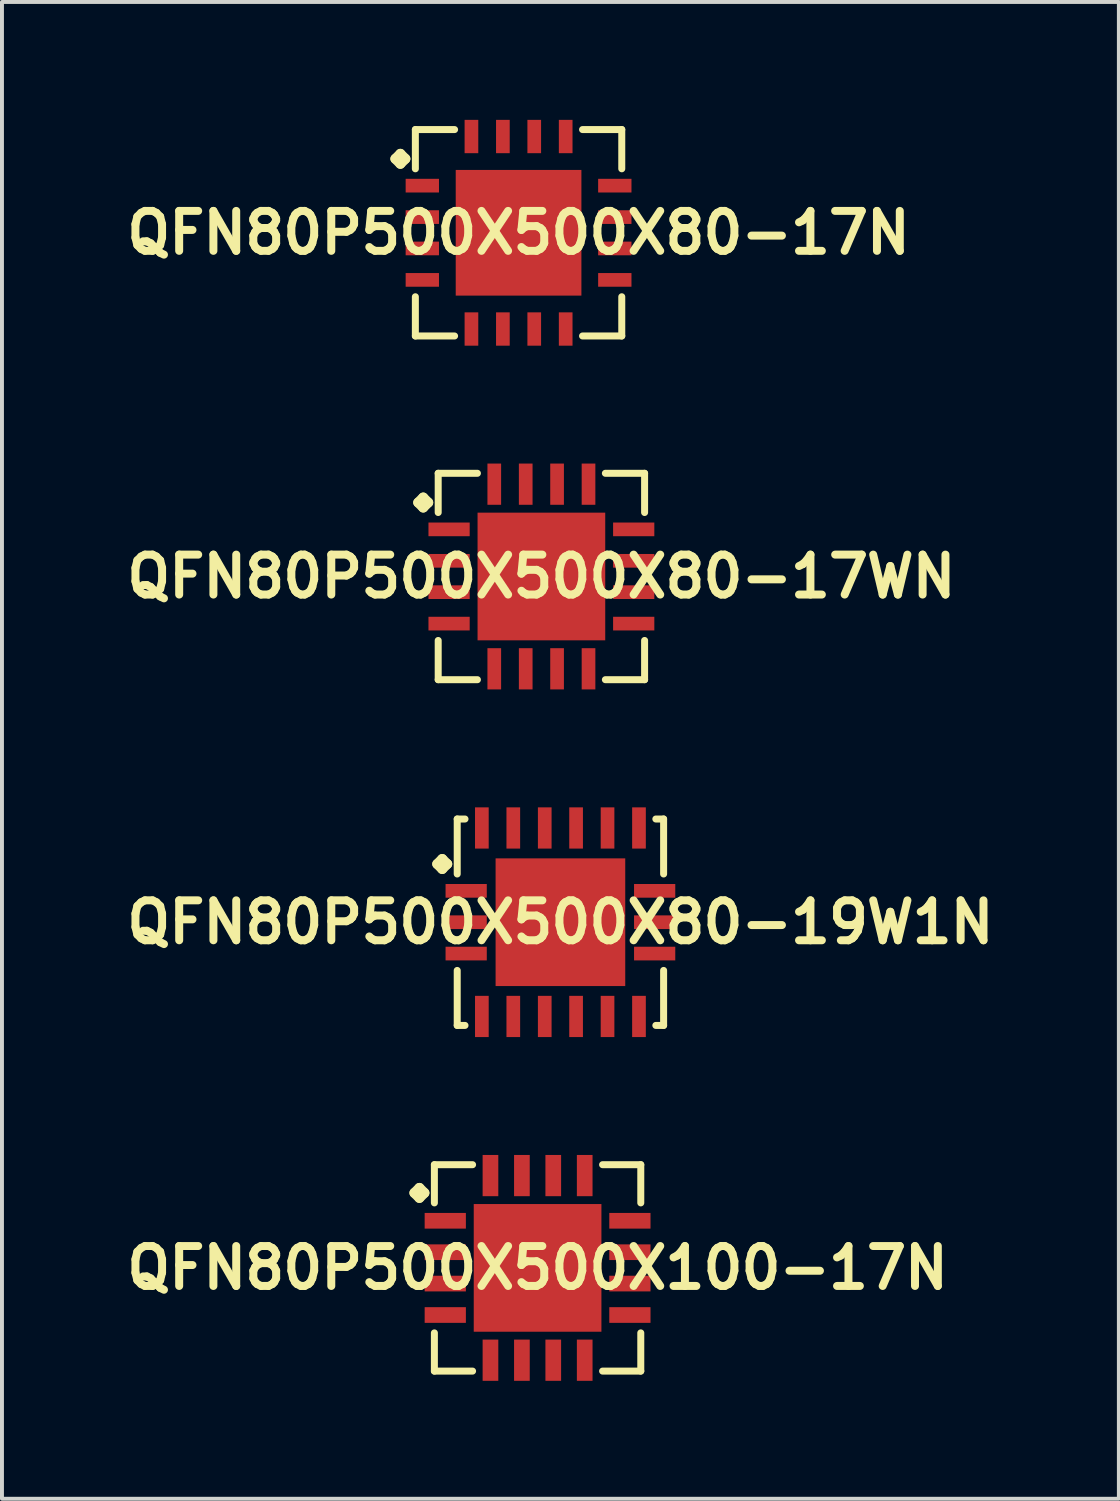
<source format=kicad_pcb>
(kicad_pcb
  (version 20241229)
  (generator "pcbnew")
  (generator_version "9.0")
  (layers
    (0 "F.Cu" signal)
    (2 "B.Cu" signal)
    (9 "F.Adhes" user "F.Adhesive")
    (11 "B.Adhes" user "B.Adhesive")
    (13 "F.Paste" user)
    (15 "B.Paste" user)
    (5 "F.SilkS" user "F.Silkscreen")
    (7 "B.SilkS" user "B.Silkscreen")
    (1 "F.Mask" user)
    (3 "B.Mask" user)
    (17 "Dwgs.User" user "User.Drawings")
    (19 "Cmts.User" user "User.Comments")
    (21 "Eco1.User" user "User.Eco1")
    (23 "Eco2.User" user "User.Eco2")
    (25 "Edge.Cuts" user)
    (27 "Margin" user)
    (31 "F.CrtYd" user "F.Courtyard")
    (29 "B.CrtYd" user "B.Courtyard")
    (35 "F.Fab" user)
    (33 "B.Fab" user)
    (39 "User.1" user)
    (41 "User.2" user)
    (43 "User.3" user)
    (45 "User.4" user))
  (footprint "QFN80P500X500X80-17N"
    (layer "F.Cu")
    (at 10.145 2.873)
    (property "Reference" "QFN80P500X500X80-17N" (at 0 0 0) (layer "F.SilkS") (effects (font (size 1.016 1.016) (thickness 0.203))))
    (attr smd)
    (fp_line (start -3.134 -1.882) (end -3.007 -2.009) (stroke (width 0.254) (type solid)) (layer "F.SilkS"))
    (fp_line (start -3.007 -2.009) (end -2.88 -1.882) (stroke (width 0.254) (type solid)) (layer "F.SilkS"))
    (fp_line (start -3.007 -1.755) (end -3.134 -1.882) (stroke (width 0.254) (type solid)) (layer "F.SilkS"))
    (fp_line (start -2.88 -1.882) (end -3.007 -1.755) (stroke (width 0.254) (type solid)) (layer "F.SilkS"))
    (fp_line (start -2.626 -2.626) (end -1.628 -2.626) (stroke (width 0.178) (type solid)) (layer "F.SilkS"))
    (fp_line (start -2.626 -1.628) (end -2.626 -2.626) (stroke (width 0.178) (type solid)) (layer "F.SilkS"))
    (fp_line (start -2.626 1.628) (end -2.626 2.626) (stroke (width 0.178) (type solid)) (layer "F.SilkS"))
    (fp_line (start -2.626 2.626) (end -1.628 2.626) (stroke (width 0.178) (type solid)) (layer "F.SilkS"))
    (fp_line (start 1.628 -2.626) (end 2.626 -2.626) (stroke (width 0.178) (type solid)) (layer "F.SilkS"))
    (fp_line (start 1.628 2.626) (end 2.626 2.626) (stroke (width 0.178) (type solid)) (layer "F.SilkS"))
    (fp_line (start 2.626 -2.626) (end 2.626 -1.628) (stroke (width 0.178) (type solid)) (layer "F.SilkS"))
    (fp_line (start 2.626 2.626) (end 2.626 1.628) (stroke (width 0.178) (type solid)) (layer "F.SilkS"))
    (pad "1" smd rect (at -2.449 -1.199) (size 0.848 0.348) (layers "F.Cu" "F.Mask" "F.Paste"))
    (pad "2" smd rect (at -2.449 -0.399) (size 0.848 0.348) (layers "F.Cu" "F.Mask" "F.Paste"))
    (pad "3" smd rect (at -2.449 0.399) (size 0.848 0.348) (layers "F.Cu" "F.Mask" "F.Paste"))
    (pad "4" smd rect (at -2.449 1.199) (size 0.848 0.348) (layers "F.Cu" "F.Mask" "F.Paste"))
    (pad "5" smd rect (at -1.199 2.449) (size 0.348 0.848) (layers "F.Cu" "F.Mask" "F.Paste"))
    (pad "6" smd rect (at -0.399 2.449) (size 0.348 0.848) (layers "F.Cu" "F.Mask" "F.Paste"))
    (pad "7" smd rect (at 0.399 2.449) (size 0.348 0.848) (layers "F.Cu" "F.Mask" "F.Paste"))
    (pad "8" smd rect (at 1.199 2.449) (size 0.348 0.848) (layers "F.Cu" "F.Mask" "F.Paste"))
    (pad "9" smd rect (at 2.449 1.199) (size 0.848 0.348) (layers "F.Cu" "F.Mask" "F.Paste"))
    (pad "10" smd rect (at 2.449 0.399) (size 0.848 0.348) (layers "F.Cu" "F.Mask" "F.Paste"))
    (pad "11" smd rect (at 2.449 -0.399) (size 0.848 0.348) (layers "F.Cu" "F.Mask" "F.Paste"))
    (pad "12" smd rect (at 2.449 -1.199) (size 0.848 0.348) (layers "F.Cu" "F.Mask" "F.Paste"))
    (pad "13" smd rect (at 1.199 -2.449) (size 0.348 0.848) (layers "F.Cu" "F.Mask" "F.Paste"))
    (pad "14" smd rect (at 0.399 -2.449) (size 0.348 0.848) (layers "F.Cu" "F.Mask" "F.Paste"))
    (pad "15" smd rect (at -0.399 -2.449) (size 0.348 0.848) (layers "F.Cu" "F.Mask" "F.Paste"))
    (pad "16" smd rect (at -1.199 -2.449) (size 0.348 0.848) (layers "F.Cu" "F.Mask" "F.Paste"))
    (pad "17" smd rect (at 0 0) (size 3.198 3.198) (layers "F.Cu" "F.Mask" "F.Paste")))
  (footprint "QFN80P500X500X80-17WN"
    (layer "F.Cu")
    (at 10.726 11.619)
    (property "Reference" "QFN80P500X500X80-17WN" (at 0 0 0) (layer "F.SilkS") (effects (font (size 1.016 1.016) (thickness 0.203))))
    (attr smd)
    (fp_line (start -3.134 -1.882) (end -3.007 -2.009) (stroke (width 0.254) (type solid)) (layer "F.SilkS"))
    (fp_line (start -3.007 -2.009) (end -2.88 -1.882) (stroke (width 0.254) (type solid)) (layer "F.SilkS"))
    (fp_line (start -3.007 -1.755) (end -3.134 -1.882) (stroke (width 0.254) (type solid)) (layer "F.SilkS"))
    (fp_line (start -2.88 -1.882) (end -3.007 -1.755) (stroke (width 0.254) (type solid)) (layer "F.SilkS"))
    (fp_line (start -2.626 -2.626) (end -1.628 -2.626) (stroke (width 0.178) (type solid)) (layer "F.SilkS"))
    (fp_line (start -2.626 -1.628) (end -2.626 -2.626) (stroke (width 0.178) (type solid)) (layer "F.SilkS"))
    (fp_line (start -2.626 1.628) (end -2.626 2.626) (stroke (width 0.178) (type solid)) (layer "F.SilkS"))
    (fp_line (start -2.626 2.626) (end -1.628 2.626) (stroke (width 0.178) (type solid)) (layer "F.SilkS"))
    (fp_line (start 1.628 -2.626) (end 2.626 -2.626) (stroke (width 0.178) (type solid)) (layer "F.SilkS"))
    (fp_line (start 1.628 2.626) (end 2.626 2.626) (stroke (width 0.178) (type solid)) (layer "F.SilkS"))
    (fp_line (start 2.626 -2.626) (end 2.626 -1.628) (stroke (width 0.178) (type solid)) (layer "F.SilkS"))
    (fp_line (start 2.626 2.626) (end 2.626 1.628) (stroke (width 0.178) (type solid)) (layer "F.SilkS"))
    (pad "1" smd rect (at -2.349 -1.199) (size 1.049 0.348) (layers "F.Cu" "F.Mask" "F.Paste"))
    (pad "2" smd rect (at -2.349 -0.399) (size 1.049 0.348) (layers "F.Cu" "F.Mask" "F.Paste"))
    (pad "3" smd rect (at -2.349 0.399) (size 1.049 0.348) (layers "F.Cu" "F.Mask" "F.Paste"))
    (pad "4" smd rect (at -2.349 1.199) (size 1.049 0.348) (layers "F.Cu" "F.Mask" "F.Paste"))
    (pad "5" smd rect (at -1.199 2.349) (size 0.348 1.049) (layers "F.Cu" "F.Mask" "F.Paste"))
    (pad "6" smd rect (at -0.399 2.349) (size 0.348 1.049) (layers "F.Cu" "F.Mask" "F.Paste"))
    (pad "7" smd rect (at 0.399 2.349) (size 0.348 1.049) (layers "F.Cu" "F.Mask" "F.Paste"))
    (pad "8" smd rect (at 1.199 2.349) (size 0.348 1.049) (layers "F.Cu" "F.Mask" "F.Paste"))
    (pad "9" smd rect (at 2.349 1.199) (size 1.049 0.348) (layers "F.Cu" "F.Mask" "F.Paste"))
    (pad "10" smd rect (at 2.349 0.399) (size 1.049 0.348) (layers "F.Cu" "F.Mask" "F.Paste"))
    (pad "11" smd rect (at 2.349 -0.399) (size 1.049 0.348) (layers "F.Cu" "F.Mask" "F.Paste"))
    (pad "12" smd rect (at 2.349 -1.199) (size 1.049 0.348) (layers "F.Cu" "F.Mask" "F.Paste"))
    (pad "13" smd rect (at 1.199 -2.349) (size 0.348 1.049) (layers "F.Cu" "F.Mask" "F.Paste"))
    (pad "14" smd rect (at 0.399 -2.349) (size 0.348 1.049) (layers "F.Cu" "F.Mask" "F.Paste"))
    (pad "15" smd rect (at -0.399 -2.349) (size 0.348 1.049) (layers "F.Cu" "F.Mask" "F.Paste"))
    (pad "16" smd rect (at -1.199 -2.349) (size 0.348 1.049) (layers "F.Cu" "F.Mask" "F.Paste"))
    (pad "17" smd rect (at 0 0) (size 3.249 3.249) (layers "F.Cu" "F.Mask" "F.Paste")))
  (footprint "QFN80P500X500X100-17N"
    (layer "F.Cu")
    (at 10.629 29.212)
    (property "Reference" "QFN80P500X500X100-17N" (at 0 0 0) (layer "F.SilkS") (effects (font (size 1.016 1.016) (thickness 0.203))))
    (attr smd)
    (fp_line (start -3.134 -1.908) (end -3.007 -2.035) (stroke (width 0.254) (type solid)) (layer "F.SilkS"))
    (fp_line (start -3.007 -2.035) (end -2.88 -1.908) (stroke (width 0.254) (type solid)) (layer "F.SilkS"))
    (fp_line (start -3.007 -1.781) (end -3.134 -1.908) (stroke (width 0.254) (type solid)) (layer "F.SilkS"))
    (fp_line (start -2.88 -1.908) (end -3.007 -1.781) (stroke (width 0.254) (type solid)) (layer "F.SilkS"))
    (fp_line (start -2.626 -2.626) (end -1.654 -2.626) (stroke (width 0.178) (type solid)) (layer "F.SilkS"))
    (fp_line (start -2.626 -1.654) (end -2.626 -2.626) (stroke (width 0.178) (type solid)) (layer "F.SilkS"))
    (fp_line (start -2.626 1.654) (end -2.626 2.626) (stroke (width 0.178) (type solid)) (layer "F.SilkS"))
    (fp_line (start -2.626 2.626) (end -1.654 2.626) (stroke (width 0.178) (type solid)) (layer "F.SilkS"))
    (fp_line (start 1.654 -2.626) (end 2.626 -2.626) (stroke (width 0.178) (type solid)) (layer "F.SilkS"))
    (fp_line (start 1.654 2.626) (end 2.626 2.626) (stroke (width 0.178) (type solid)) (layer "F.SilkS"))
    (fp_line (start 2.626 -2.626) (end 2.626 -1.654) (stroke (width 0.178) (type solid)) (layer "F.SilkS"))
    (fp_line (start 2.626 2.626) (end 2.626 1.654) (stroke (width 0.178) (type solid)) (layer "F.SilkS"))
    (pad "1" smd rect (at -2.349 -1.199) (size 1.049 0.399) (layers "F.Cu" "F.Mask" "F.Paste"))
    (pad "2" smd rect (at -2.349 -0.399) (size 1.049 0.399) (layers "F.Cu" "F.Mask" "F.Paste"))
    (pad "3" smd rect (at -2.349 0.399) (size 1.049 0.399) (layers "F.Cu" "F.Mask" "F.Paste"))
    (pad "4" smd rect (at -2.349 1.199) (size 1.049 0.399) (layers "F.Cu" "F.Mask" "F.Paste"))
    (pad "5" smd rect (at -1.199 2.349) (size 0.399 1.049) (layers "F.Cu" "F.Mask" "F.Paste"))
    (pad "6" smd rect (at -0.399 2.349) (size 0.399 1.049) (layers "F.Cu" "F.Mask" "F.Paste"))
    (pad "7" smd rect (at 0.399 2.349) (size 0.399 1.049) (layers "F.Cu" "F.Mask" "F.Paste"))
    (pad "8" smd rect (at 1.199 2.349) (size 0.399 1.049) (layers "F.Cu" "F.Mask" "F.Paste"))
    (pad "9" smd rect (at 2.349 1.199) (size 1.049 0.399) (layers "F.Cu" "F.Mask" "F.Paste"))
    (pad "10" smd rect (at 2.349 0.399) (size 1.049 0.399) (layers "F.Cu" "F.Mask" "F.Paste"))
    (pad "11" smd rect (at 2.349 -0.399) (size 1.049 0.399) (layers "F.Cu" "F.Mask" "F.Paste"))
    (pad "12" smd rect (at 2.349 -1.199) (size 1.049 0.399) (layers "F.Cu" "F.Mask" "F.Paste"))
    (pad "13" smd rect (at 1.199 -2.349) (size 0.399 1.049) (layers "F.Cu" "F.Mask" "F.Paste"))
    (pad "14" smd rect (at 0.399 -2.349) (size 0.399 1.049) (layers "F.Cu" "F.Mask" "F.Paste"))
    (pad "15" smd rect (at -0.399 -2.349) (size 0.399 1.049) (layers "F.Cu" "F.Mask" "F.Paste"))
    (pad "16" smd rect (at -1.199 -2.349) (size 0.399 1.049) (layers "F.Cu" "F.Mask" "F.Paste"))
    (pad "17" smd rect (at 0 0) (size 3.249 3.249) (layers "F.Cu" "F.Mask" "F.Paste")))
  (footprint "QFN80P500X500X80-19W1N"
    (layer "F.Cu")
    (at 11.21 20.416)
    (property "Reference" "QFN80P500X500X80-19W1N" (at 0 0 0) (layer "F.SilkS") (effects (font (size 1.016 1.016) (thickness 0.203))))
    (attr smd)
    (fp_line (start -3.134 -1.481) (end -3.007 -1.608) (stroke (width 0.254) (type solid)) (layer "F.SilkS"))
    (fp_line (start -3.007 -1.608) (end -2.88 -1.481) (stroke (width 0.254) (type solid)) (layer "F.SilkS"))
    (fp_line (start -3.007 -1.354) (end -3.134 -1.481) (stroke (width 0.254) (type solid)) (layer "F.SilkS"))
    (fp_line (start -2.88 -1.481) (end -3.007 -1.354) (stroke (width 0.254) (type solid)) (layer "F.SilkS"))
    (fp_line (start -2.626 -2.626) (end -2.428 -2.626) (stroke (width 0.178) (type solid)) (layer "F.SilkS"))
    (fp_line (start -2.626 -1.227) (end -2.626 -2.626) (stroke (width 0.178) (type solid)) (layer "F.SilkS"))
    (fp_line (start -2.626 1.227) (end -2.626 2.626) (stroke (width 0.178) (type solid)) (layer "F.SilkS"))
    (fp_line (start -2.626 2.626) (end -2.428 2.626) (stroke (width 0.178) (type solid)) (layer "F.SilkS"))
    (fp_line (start 2.428 -2.626) (end 2.626 -2.626) (stroke (width 0.178) (type solid)) (layer "F.SilkS"))
    (fp_line (start 2.428 2.626) (end 2.626 2.626) (stroke (width 0.178) (type solid)) (layer "F.SilkS"))
    (fp_line (start 2.626 -2.626) (end 2.626 -1.227) (stroke (width 0.178) (type solid)) (layer "F.SilkS"))
    (fp_line (start 2.626 2.626) (end 2.626 1.227) (stroke (width 0.178) (type solid)) (layer "F.SilkS"))
    (pad "1" smd rect (at -2.398 -0.798) (size 1.049 0.348) (layers "F.Cu" "F.Mask" "F.Paste"))
    (pad "2" smd rect (at -2.398 0) (size 1.049 0.348) (layers "F.Cu" "F.Mask" "F.Paste"))
    (pad "3" smd rect (at -2.398 0.798) (size 1.049 0.348) (layers "F.Cu" "F.Mask" "F.Paste"))
    (pad "4" smd rect (at -1.999 2.398) (size 0.348 1.049) (layers "F.Cu" "F.Mask" "F.Paste"))
    (pad "5" smd rect (at -1.199 2.398) (size 0.348 1.049) (layers "F.Cu" "F.Mask" "F.Paste"))
    (pad "6" smd rect (at -0.399 2.398) (size 0.348 1.049) (layers "F.Cu" "F.Mask" "F.Paste"))
    (pad "7" smd rect (at 0.399 2.398) (size 0.348 1.049) (layers "F.Cu" "F.Mask" "F.Paste"))
    (pad "8" smd rect (at 1.199 2.398) (size 0.348 1.049) (layers "F.Cu" "F.Mask" "F.Paste"))
    (pad "9" smd rect (at 1.999 2.398) (size 0.348 1.049) (layers "F.Cu" "F.Mask" "F.Paste"))
    (pad "10" smd rect (at 2.398 0.798) (size 1.049 0.348) (layers "F.Cu" "F.Mask" "F.Paste"))
    (pad "11" smd rect (at 2.398 0) (size 1.049 0.348) (layers "F.Cu" "F.Mask" "F.Paste"))
    (pad "12" smd rect (at 2.398 -0.798) (size 1.049 0.348) (layers "F.Cu" "F.Mask" "F.Paste"))
    (pad "13" smd rect (at 1.999 -2.398) (size 0.348 1.049) (layers "F.Cu" "F.Mask" "F.Paste"))
    (pad "14" smd rect (at 1.199 -2.398) (size 0.348 1.049) (layers "F.Cu" "F.Mask" "F.Paste"))
    (pad "15" smd rect (at 0.399 -2.398) (size 0.348 1.049) (layers "F.Cu" "F.Mask" "F.Paste"))
    (pad "16" smd rect (at -0.399 -2.398) (size 0.348 1.049) (layers "F.Cu" "F.Mask" "F.Paste"))
    (pad "17" smd rect (at -1.199 -2.398) (size 0.348 1.049) (layers "F.Cu" "F.Mask" "F.Paste"))
    (pad "18" smd rect (at -1.999 -2.398) (size 0.348 1.049) (layers "F.Cu" "F.Mask" "F.Paste"))
    (pad "19" smd rect (at 0 0) (size 3.299 3.249) (layers "F.Cu" "F.Mask" "F.Paste")))
  (gr_rect
    (start -3 -3)
    (end 25.42 35.086)
    (stroke (width 0.1) (type default))
    (fill no)
    (layer "Edge.Cuts")))
</source>
